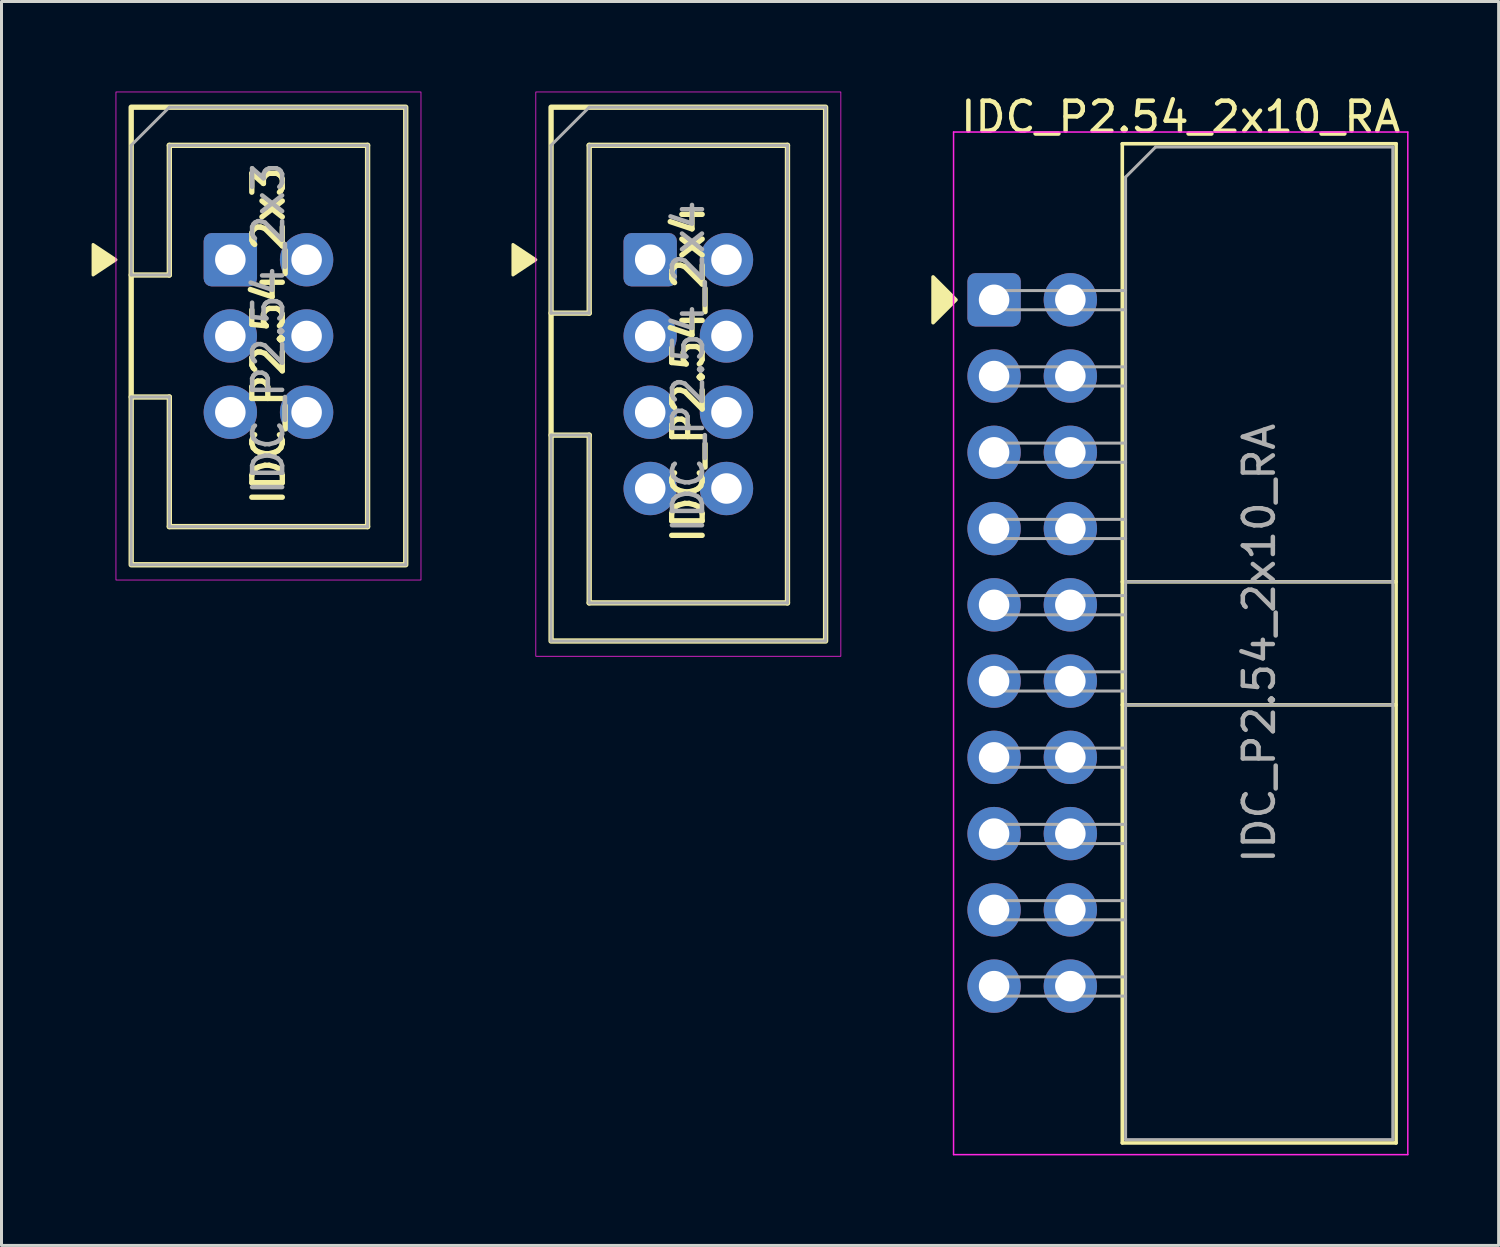
<source format=kicad_pcb>
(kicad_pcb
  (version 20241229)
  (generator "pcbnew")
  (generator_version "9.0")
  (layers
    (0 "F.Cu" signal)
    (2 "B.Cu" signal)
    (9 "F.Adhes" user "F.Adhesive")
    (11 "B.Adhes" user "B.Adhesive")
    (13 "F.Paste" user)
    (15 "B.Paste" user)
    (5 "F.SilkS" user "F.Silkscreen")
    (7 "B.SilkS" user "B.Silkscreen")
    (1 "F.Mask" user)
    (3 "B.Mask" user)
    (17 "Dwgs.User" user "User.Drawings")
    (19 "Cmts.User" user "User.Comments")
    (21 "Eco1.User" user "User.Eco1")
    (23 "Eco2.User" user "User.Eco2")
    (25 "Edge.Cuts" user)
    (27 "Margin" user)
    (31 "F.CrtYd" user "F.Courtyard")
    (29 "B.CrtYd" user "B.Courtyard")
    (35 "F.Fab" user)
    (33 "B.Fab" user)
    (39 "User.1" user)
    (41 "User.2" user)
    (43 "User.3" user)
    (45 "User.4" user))
  (footprint "IDC_P2.54_2x4"
    (layer "F.Cu")
    (at 19.877 9.411)
    (property "Reference" "IDC_P2.54_2x4" (at 0 0 90) (layer "F.SilkS") (effects (font (size 1.016 1.016) (thickness 0.178))))
    (attr through_hole)
    (fp_line (start -4.572 -2.032) (end -3.302 -2.032) (stroke (width 0.178) (type solid)) (layer "F.SilkS"))
    (fp_line (start -3.302 -7.62) (end 3.302 -7.62) (stroke (width 0.178) (type solid)) (layer "F.SilkS"))
    (fp_line (start -3.302 -2.032) (end -3.302 -7.62) (stroke (width 0.178) (type solid)) (layer "F.SilkS"))
    (fp_line (start -3.302 2.032) (end -4.572 2.032) (stroke (width 0.178) (type solid)) (layer "F.SilkS"))
    (fp_line (start -3.302 7.62) (end -3.302 2.032) (stroke (width 0.178) (type solid)) (layer "F.SilkS"))
    (fp_line (start 3.302 -7.62) (end 3.302 7.62) (stroke (width 0.178) (type solid)) (layer "F.SilkS"))
    (fp_line (start 3.302 7.62) (end -3.302 7.62) (stroke (width 0.178) (type solid)) (layer "F.SilkS"))
    (fp_rect (start -4.572 -8.89) (end 4.572 8.89) (stroke (width 0.178) (type solid)) (fill no) (layer "F.SilkS"))
    (fp_poly (pts (xy -5.08 -3.81) (xy -5.842 -3.302) (xy -5.842 -4.318)) (stroke (width 0.1) (type solid)) (fill yes) (layer "F.SilkS"))
    (fp_rect (start -5.08 -9.398) (end 5.08 9.398) (stroke (width 0.025) (type solid)) (fill no) (layer "F.CrtYd"))
    (fp_line (start -4.572 -2.032) (end -4.572 -7.62) (stroke (width 0.1) (type solid)) (layer "F.Fab"))
    (fp_line (start -4.572 -2.032) (end -3.302 -2.032) (stroke (width 0.1) (type solid)) (layer "F.Fab"))
    (fp_line (start -4.572 2.032) (end -4.572 8.89) (stroke (width 0.1) (type solid)) (layer "F.Fab"))
    (fp_line (start -4.572 2.032) (end -3.302 2.032) (stroke (width 0.1) (type solid)) (layer "F.Fab"))
    (fp_line (start -3.302 -8.89) (end -4.572 -7.62) (stroke (width 0.1) (type solid)) (layer "F.Fab"))
    (fp_line (start -3.302 -8.89) (end 4.572 -8.89) (stroke (width 0.1) (type solid)) (layer "F.Fab"))
    (fp_line (start -3.302 -7.62) (end 3.302 -7.62) (stroke (width 0.1) (type solid)) (layer "F.Fab"))
    (fp_line (start -3.302 -2.032) (end -3.302 -7.62) (stroke (width 0.1) (type solid)) (layer "F.Fab"))
    (fp_line (start -3.302 7.62) (end -3.302 2.032) (stroke (width 0.1) (type solid)) (layer "F.Fab"))
    (fp_line (start -3.302 7.62) (end 3.302 7.62) (stroke (width 0.1) (type solid)) (layer "F.Fab"))
    (fp_line (start 3.302 7.62) (end 3.302 -7.62) (stroke (width 0.1) (type solid)) (layer "F.Fab"))
    (fp_line (start 4.572 -8.89) (end 4.572 8.89) (stroke (width 0.1) (type solid)) (layer "F.Fab"))
    (fp_line (start 4.572 8.89) (end -4.572 8.89) (stroke (width 0.1) (type solid)) (layer "F.Fab"))
    (fp_text user "${REFERENCE}" (at 0 -0.254 90) (layer "F.Fab") (effects (font (size 1 1) (thickness 0.15))))
    (pad "1" thru_hole roundrect (at -1.27 -3.81) (size 1.778 1.778) (drill 1.016) (layers "*.Cu" "*.Mask") (roundrect_rratio 0.15))
    (pad "2" thru_hole circle (at 1.27 -3.81) (size 1.778 1.778) (drill 1.016) (layers "*.Cu" "*.Mask"))
    (pad "3" thru_hole circle (at -1.27 -1.27) (size 1.778 1.778) (drill 1.016) (layers "*.Cu" "*.Mask"))
    (pad "4" thru_hole circle (at 1.27 -1.27) (size 1.778 1.778) (drill 1.016) (layers "*.Cu" "*.Mask"))
    (pad "5" thru_hole circle (at -1.27 1.27) (size 1.778 1.778) (drill 1.016) (layers "*.Cu" "*.Mask"))
    (pad "6" thru_hole circle (at 1.27 1.27) (size 1.778 1.778) (drill 1.016) (layers "*.Cu" "*.Mask"))
    (pad "7" thru_hole circle (at -1.27 3.81) (size 1.778 1.778) (drill 1.016) (layers "*.Cu" "*.Mask"))
    (pad "8" thru_hole circle (at 1.27 3.81) (size 1.778 1.778) (drill 1.016) (layers "*.Cu" "*.Mask")))
  (footprint "IDC_P2.54_2x3"
    (layer "F.Cu")
    (at 5.892 8.141)
    (property "Reference" "IDC_P2.54_2x3" (at 0 0 90) (layer "F.SilkS") (effects (font (size 1.016 1.016) (thickness 0.178))))
    (attr through_hole)
    (fp_line (start -4.572 -2.032) (end -3.302 -2.032) (stroke (width 0.178) (type solid)) (layer "F.SilkS"))
    (fp_line (start -3.302 -6.35) (end 3.302 -6.35) (stroke (width 0.178) (type solid)) (layer "F.SilkS"))
    (fp_line (start -3.302 -2.032) (end -3.302 -6.35) (stroke (width 0.178) (type solid)) (layer "F.SilkS"))
    (fp_line (start -3.302 2.032) (end -4.572 2.032) (stroke (width 0.178) (type solid)) (layer "F.SilkS"))
    (fp_line (start -3.302 6.35) (end -3.302 2.032) (stroke (width 0.178) (type solid)) (layer "F.SilkS"))
    (fp_line (start 3.302 -6.35) (end 3.302 6.35) (stroke (width 0.178) (type solid)) (layer "F.SilkS"))
    (fp_line (start 3.302 6.35) (end -3.302 6.35) (stroke (width 0.178) (type solid)) (layer "F.SilkS"))
    (fp_rect (start -4.572 -7.62) (end 4.572 7.62) (stroke (width 0.178) (type solid)) (fill no) (layer "F.SilkS"))
    (fp_poly (pts (xy -5.08 -2.54) (xy -5.842 -2.032) (xy -5.842 -3.048)) (stroke (width 0.1) (type solid)) (fill yes) (layer "F.SilkS"))
    (fp_rect (start -5.08 -8.128) (end 5.08 8.128) (stroke (width 0.025) (type solid)) (fill no) (layer "F.CrtYd"))
    (fp_line (start -4.572 -2.032) (end -4.572 -6.35) (stroke (width 0.1) (type solid)) (layer "F.Fab"))
    (fp_line (start -4.572 -2.032) (end -3.302 -2.032) (stroke (width 0.1) (type solid)) (layer "F.Fab"))
    (fp_line (start -4.572 2.032) (end -4.572 7.62) (stroke (width 0.1) (type solid)) (layer "F.Fab"))
    (fp_line (start -4.572 2.032) (end -3.302 2.032) (stroke (width 0.1) (type solid)) (layer "F.Fab"))
    (fp_line (start -3.302 -7.62) (end -4.572 -6.35) (stroke (width 0.1) (type solid)) (layer "F.Fab"))
    (fp_line (start -3.302 -7.62) (end 4.572 -7.62) (stroke (width 0.1) (type solid)) (layer "F.Fab"))
    (fp_line (start -3.302 -6.35) (end 3.302 -6.35) (stroke (width 0.1) (type solid)) (layer "F.Fab"))
    (fp_line (start -3.302 -2.032) (end -3.302 -6.35) (stroke (width 0.1) (type solid)) (layer "F.Fab"))
    (fp_line (start -3.302 6.35) (end -3.302 2.032) (stroke (width 0.1) (type solid)) (layer "F.Fab"))
    (fp_line (start -3.302 6.35) (end 3.302 6.35) (stroke (width 0.1) (type solid)) (layer "F.Fab"))
    (fp_line (start 3.302 6.35) (end 3.302 -6.35) (stroke (width 0.1) (type solid)) (layer "F.Fab"))
    (fp_line (start 4.572 -7.62) (end 4.572 7.62) (stroke (width 0.1) (type solid)) (layer "F.Fab"))
    (fp_line (start 4.572 7.62) (end -4.572 7.62) (stroke (width 0.1) (type solid)) (layer "F.Fab"))
    (fp_text user "${REFERENCE}" (at 0 -0.254 90) (layer "F.Fab") (effects (font (size 1 1) (thickness 0.15))))
    (pad "1" thru_hole roundrect (at -1.27 -2.54) (size 1.778 1.778) (drill 1.016) (layers "*.Cu" "*.Mask") (roundrect_rratio 0.15))
    (pad "2" thru_hole circle (at 1.27 -2.54) (size 1.778 1.778) (drill 1.016) (layers "*.Cu" "*.Mask"))
    (pad "3" thru_hole circle (at -1.27 0) (size 1.778 1.778) (drill 1.016) (layers "*.Cu" "*.Mask"))
    (pad "4" thru_hole circle (at 1.27 0) (size 1.778 1.778) (drill 1.016) (layers "*.Cu" "*.Mask"))
    (pad "5" thru_hole circle (at -1.27 2.54) (size 1.778 1.778) (drill 1.016) (layers "*.Cu" "*.Mask"))
    (pad "6" thru_hole circle (at 1.27 2.54) (size 1.778 1.778) (drill 1.016) (layers "*.Cu" "*.Mask")))
  (footprint "IDC_P2.54_2x10_RA"
    (layer "F.Cu")
    (at 30.061 18.366)
    (property "Reference" "IDC_P2.54_2x10_RA" (at 6.215 -17.518 0) (layer "F.SilkS") (effects (font (size 1 1) (thickness 0.15))))
    (attr through_hole)
    (fp_line (start 4.27 -16.628) (end 13.39 -16.628) (stroke (width 0.12) (type solid)) (layer "F.SilkS"))
    (fp_line (start 4.27 -2.038) (end 13.39 -2.038) (stroke (width 0.12) (type solid)) (layer "F.SilkS"))
    (fp_line (start 4.27 2.062) (end 13.39 2.062) (stroke (width 0.12) (type solid)) (layer "F.SilkS"))
    (fp_line (start 4.27 16.652) (end 4.27 -16.628) (stroke (width 0.12) (type solid)) (layer "F.SilkS"))
    (fp_line (start 13.39 -16.628) (end 13.39 16.652) (stroke (width 0.12) (type solid)) (layer "F.SilkS"))
    (fp_line (start 13.39 16.652) (end 4.27 16.652) (stroke (width 0.12) (type solid)) (layer "F.SilkS"))
    (fp_poly (pts (xy -1.27 -11.43) (xy -2.032 -10.668) (xy -2.032 -12.192)) (stroke (width 0.12) (type solid)) (fill yes) (layer "F.SilkS"))
    (fp_line (start -1.35 -17.018) (end -1.35 17.042) (stroke (width 0.05) (type solid)) (layer "F.CrtYd"))
    (fp_line (start -1.35 17.042) (end 13.78 17.042) (stroke (width 0.05) (type solid)) (layer "F.CrtYd"))
    (fp_line (start 13.78 -17.018) (end -1.35 -17.018) (stroke (width 0.05) (type solid)) (layer "F.CrtYd"))
    (fp_line (start 13.78 17.042) (end 13.78 -17.018) (stroke (width 0.05) (type solid)) (layer "F.CrtYd"))
    (fp_line (start -0.32 -11.738) (end -0.32 -11.098) (stroke (width 0.1) (type solid)) (layer "F.Fab"))
    (fp_line (start -0.32 -11.098) (end 4.38 -11.098) (stroke (width 0.1) (type solid)) (layer "F.Fab"))
    (fp_line (start -0.32 -9.198) (end -0.32 -8.558) (stroke (width 0.1) (type solid)) (layer "F.Fab"))
    (fp_line (start -0.32 -8.558) (end 4.38 -8.558) (stroke (width 0.1) (type solid)) (layer "F.Fab"))
    (fp_line (start -0.32 -6.658) (end -0.32 -6.018) (stroke (width 0.1) (type solid)) (layer "F.Fab"))
    (fp_line (start -0.32 -6.018) (end 4.38 -6.018) (stroke (width 0.1) (type solid)) (layer "F.Fab"))
    (fp_line (start -0.32 -4.118) (end -0.32 -3.478) (stroke (width 0.1) (type solid)) (layer "F.Fab"))
    (fp_line (start -0.32 -3.478) (end 4.38 -3.478) (stroke (width 0.1) (type solid)) (layer "F.Fab"))
    (fp_line (start -0.32 -1.578) (end -0.32 -0.938) (stroke (width 0.1) (type solid)) (layer "F.Fab"))
    (fp_line (start -0.32 -0.938) (end 4.38 -0.938) (stroke (width 0.1) (type solid)) (layer "F.Fab"))
    (fp_line (start -0.32 0.962) (end -0.32 1.602) (stroke (width 0.1) (type solid)) (layer "F.Fab"))
    (fp_line (start -0.32 1.602) (end 4.38 1.602) (stroke (width 0.1) (type solid)) (layer "F.Fab"))
    (fp_line (start -0.32 3.502) (end -0.32 4.142) (stroke (width 0.1) (type solid)) (layer "F.Fab"))
    (fp_line (start -0.32 4.142) (end 4.38 4.142) (stroke (width 0.1) (type solid)) (layer "F.Fab"))
    (fp_line (start -0.32 6.042) (end -0.32 6.682) (stroke (width 0.1) (type solid)) (layer "F.Fab"))
    (fp_line (start -0.32 6.682) (end 4.38 6.682) (stroke (width 0.1) (type solid)) (layer "F.Fab"))
    (fp_line (start -0.32 8.582) (end -0.32 9.222) (stroke (width 0.1) (type solid)) (layer "F.Fab"))
    (fp_line (start -0.32 9.222) (end 4.38 9.222) (stroke (width 0.1) (type solid)) (layer "F.Fab"))
    (fp_line (start -0.32 11.122) (end -0.32 11.762) (stroke (width 0.1) (type solid)) (layer "F.Fab"))
    (fp_line (start -0.32 11.762) (end 4.38 11.762) (stroke (width 0.1) (type solid)) (layer "F.Fab"))
    (fp_line (start 4.38 -15.518) (end 5.38 -16.518) (stroke (width 0.1) (type solid)) (layer "F.Fab"))
    (fp_line (start 4.38 -11.738) (end -0.32 -11.738) (stroke (width 0.1) (type solid)) (layer "F.Fab"))
    (fp_line (start 4.38 -9.198) (end -0.32 -9.198) (stroke (width 0.1) (type solid)) (layer "F.Fab"))
    (fp_line (start 4.38 -6.658) (end -0.32 -6.658) (stroke (width 0.1) (type solid)) (layer "F.Fab"))
    (fp_line (start 4.38 -4.118) (end -0.32 -4.118) (stroke (width 0.1) (type solid)) (layer "F.Fab"))
    (fp_line (start 4.38 -2.038) (end 13.28 -2.038) (stroke (width 0.1) (type solid)) (layer "F.Fab"))
    (fp_line (start 4.38 -1.578) (end -0.32 -1.578) (stroke (width 0.1) (type solid)) (layer "F.Fab"))
    (fp_line (start 4.38 0.962) (end -0.32 0.962) (stroke (width 0.1) (type solid)) (layer "F.Fab"))
    (fp_line (start 4.38 2.062) (end 13.28 2.062) (stroke (width 0.1) (type solid)) (layer "F.Fab"))
    (fp_line (start 4.38 3.502) (end -0.32 3.502) (stroke (width 0.1) (type solid)) (layer "F.Fab"))
    (fp_line (start 4.38 6.042) (end -0.32 6.042) (stroke (width 0.1) (type solid)) (layer "F.Fab"))
    (fp_line (start 4.38 8.582) (end -0.32 8.582) (stroke (width 0.1) (type solid)) (layer "F.Fab"))
    (fp_line (start 4.38 11.122) (end -0.32 11.122) (stroke (width 0.1) (type solid)) (layer "F.Fab"))
    (fp_line (start 4.38 16.542) (end 4.38 -15.518) (stroke (width 0.1) (type solid)) (layer "F.Fab"))
    (fp_line (start 5.38 -16.518) (end 13.28 -16.518) (stroke (width 0.1) (type solid)) (layer "F.Fab"))
    (fp_line (start 13.28 -16.518) (end 13.28 16.542) (stroke (width 0.1) (type solid)) (layer "F.Fab"))
    (fp_line (start 13.28 16.542) (end 4.38 16.542) (stroke (width 0.1) (type solid)) (layer "F.Fab"))
    (fp_text user "${REFERENCE}" (at 8.83 0.012 90) (layer "F.Fab") (effects (font (size 1 1) (thickness 0.15))))
    (pad "1" thru_hole roundrect (at 0 -11.43) (size 1.778 1.778) (drill 1.016) (layers "*.Cu" "*.Mask") (roundrect_rratio 0.15))
    (pad "2" thru_hole circle (at 2.54 -11.43) (size 1.778 1.778) (drill 1.016) (layers "*.Cu" "*.Mask"))
    (pad "3" thru_hole circle (at 0 -8.89) (size 1.778 1.778) (drill 1.016) (layers "*.Cu" "*.Mask"))
    (pad "4" thru_hole circle (at 2.54 -8.89) (size 1.778 1.778) (drill 1.016) (layers "*.Cu" "*.Mask"))
    (pad "5" thru_hole circle (at 0 -6.35) (size 1.778 1.778) (drill 1.016) (layers "*.Cu" "*.Mask"))
    (pad "6" thru_hole circle (at 2.54 -6.35) (size 1.778 1.778) (drill 1.016) (layers "*.Cu" "*.Mask"))
    (pad "7" thru_hole circle (at 0 -3.81) (size 1.778 1.778) (drill 1.016) (layers "*.Cu" "*.Mask"))
    (pad "8" thru_hole circle (at 2.54 -3.81) (size 1.778 1.778) (drill 1.016) (layers "*.Cu" "*.Mask"))
    (pad "9" thru_hole circle (at 0 -1.27) (size 1.778 1.778) (drill 1.016) (layers "*.Cu" "*.Mask"))
    (pad "10" thru_hole circle (at 2.54 -1.27) (size 1.778 1.778) (drill 1.016) (layers "*.Cu" "*.Mask"))
    (pad "11" thru_hole circle (at 0 1.27) (size 1.778 1.778) (drill 1.016) (layers "*.Cu" "*.Mask"))
    (pad "12" thru_hole circle (at 2.54 1.27) (size 1.778 1.778) (drill 1.016) (layers "*.Cu" "*.Mask"))
    (pad "13" thru_hole circle (at 0 3.81) (size 1.778 1.778) (drill 1.016) (layers "*.Cu" "*.Mask"))
    (pad "14" thru_hole circle (at 2.54 3.81) (size 1.778 1.778) (drill 1.016) (layers "*.Cu" "*.Mask"))
    (pad "15" thru_hole circle (at 0 6.35) (size 1.778 1.778) (drill 1.016) (layers "*.Cu" "*.Mask"))
    (pad "16" thru_hole circle (at 2.54 6.35) (size 1.778 1.778) (drill 1.016) (layers "*.Cu" "*.Mask"))
    (pad "17" thru_hole circle (at 0 8.89) (size 1.778 1.778) (drill 1.016) (layers "*.Cu" "*.Mask"))
    (pad "18" thru_hole circle (at 2.54 8.89) (size 1.778 1.778) (drill 1.016) (layers "*.Cu" "*.Mask"))
    (pad "19" thru_hole circle (at 0 11.43) (size 1.778 1.778) (drill 1.016) (layers "*.Cu" "*.Mask"))
    (pad "20" thru_hole circle (at 2.54 11.43) (size 1.778 1.778) (drill 1.016) (layers "*.Cu" "*.Mask")))
  (gr_rect
    (start -3 -3)
    (end 46.866 38.433)
    (stroke (width 0.1) (type default))
    (fill no)
    (layer "Edge.Cuts")))
</source>
